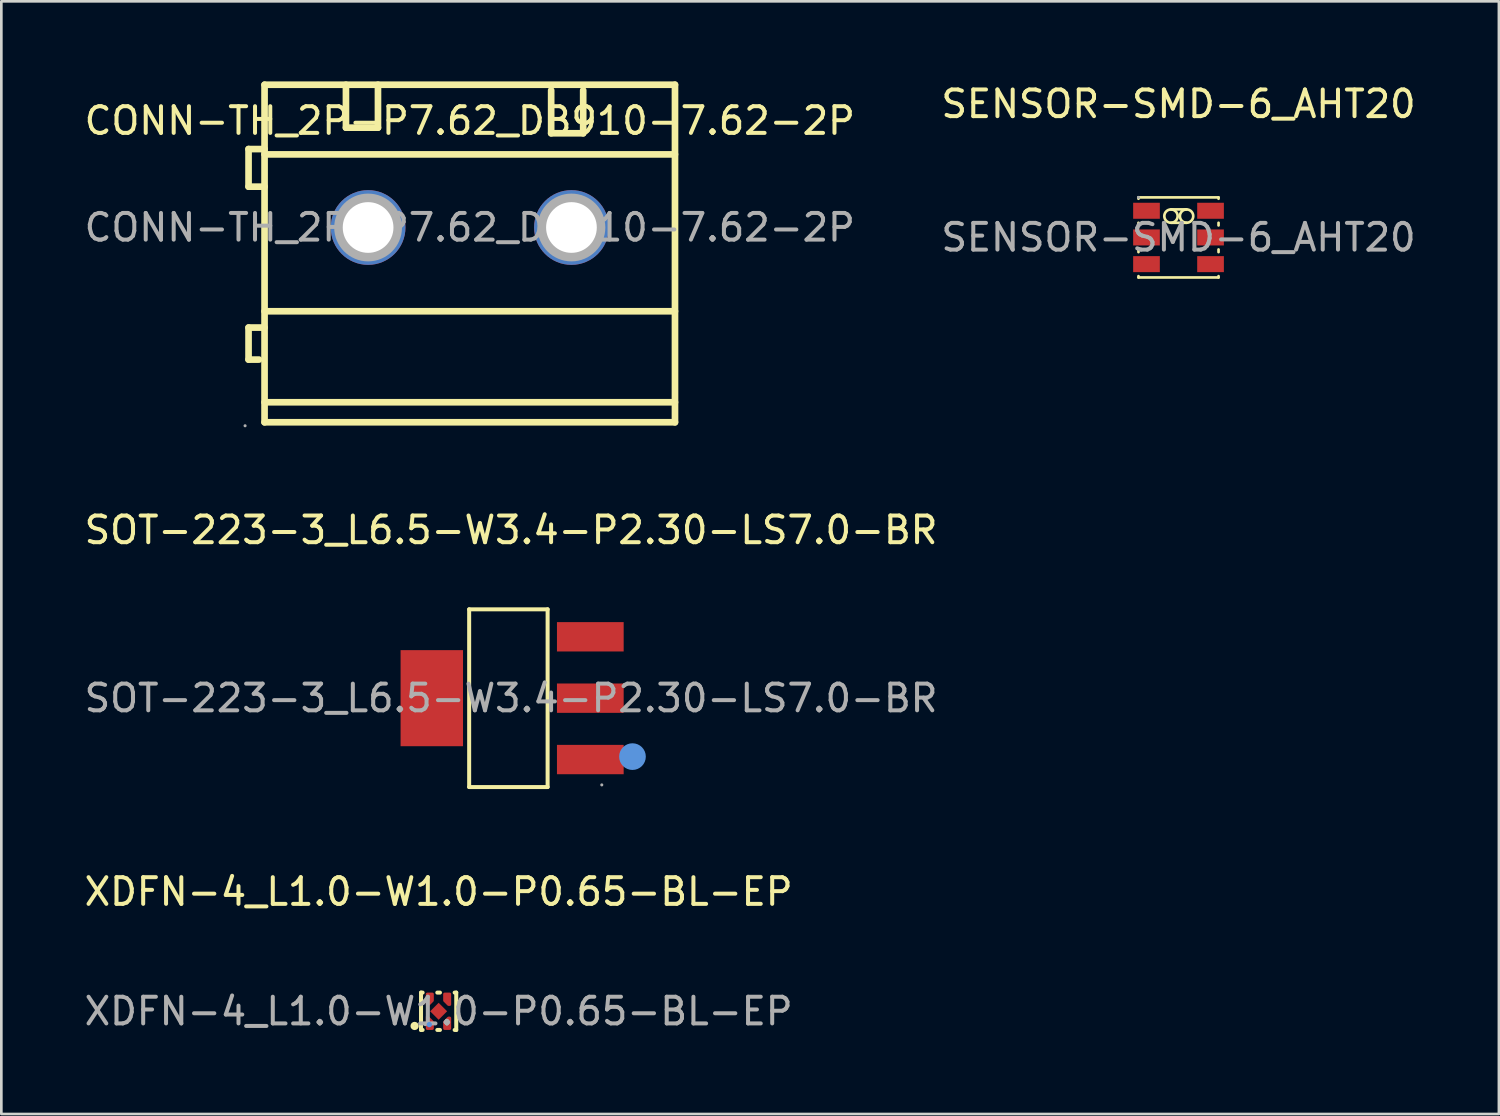
<source format=kicad_pcb>
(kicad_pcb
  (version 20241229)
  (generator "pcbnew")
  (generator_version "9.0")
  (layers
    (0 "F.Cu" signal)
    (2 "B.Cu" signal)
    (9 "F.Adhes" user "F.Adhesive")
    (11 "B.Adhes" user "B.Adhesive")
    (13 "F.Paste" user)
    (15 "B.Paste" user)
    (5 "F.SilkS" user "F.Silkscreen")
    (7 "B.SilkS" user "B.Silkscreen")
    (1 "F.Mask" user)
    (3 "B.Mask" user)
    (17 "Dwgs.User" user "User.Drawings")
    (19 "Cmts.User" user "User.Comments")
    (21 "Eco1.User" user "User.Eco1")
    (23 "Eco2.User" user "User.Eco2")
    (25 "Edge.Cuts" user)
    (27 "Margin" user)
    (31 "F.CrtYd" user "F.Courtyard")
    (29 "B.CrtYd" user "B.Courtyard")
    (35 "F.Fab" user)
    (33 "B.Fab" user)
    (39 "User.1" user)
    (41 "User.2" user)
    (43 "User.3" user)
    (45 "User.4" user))
  (footprint "XDFN-4_L1.0-W1.0-P0.65-BL-EP"
    (layer "F.Cu")
    (at 13.387 34.846)
    (property "Reference" "XDFN-4_L1.0-W1.0-P0.65-BL-EP" (at 0 -4.48 0) (layer "F.SilkS") (effects (font (size 1 1) (thickness 0.15))))
    (attr smd)
    (fp_line (start -0.66 -0.7) (end -0.66 0.7) (stroke (width 0.15) (type solid)) (layer "F.SilkS"))
    (fp_line (start -0.66 -0.7) (end -0.6 -0.7) (stroke (width 0.15) (type solid)) (layer "F.SilkS"))
    (fp_line (start -0.66 0.7) (end -0.6 0.7) (stroke (width 0.15) (type solid)) (layer "F.SilkS"))
    (fp_line (start -0.05 -0.7) (end 0.05 -0.7) (stroke (width 0.15) (type solid)) (layer "F.SilkS"))
    (fp_line (start -0.05 0.7) (end 0.05 0.7) (stroke (width 0.15) (type solid)) (layer "F.SilkS"))
    (fp_line (start 0.6 -0.7) (end 0.66 -0.7) (stroke (width 0.15) (type solid)) (layer "F.SilkS"))
    (fp_line (start 0.6 0.7) (end 0.66 0.7) (stroke (width 0.15) (type solid)) (layer "F.SilkS"))
    (fp_line (start 0.66 -0.7) (end 0.66 0.7) (stroke (width 0.15) (type solid)) (layer "F.SilkS"))
    (fp_circle (center -0.9 0.55) (end -0.82 0.55) (stroke (width 0.15) (type solid)) (fill no) (layer "F.SilkS"))
    (fp_circle (center -0.35 0.5) (end -0.3 0.5) (stroke (width 0.1) (type solid)) (fill no) (layer "Cmts.User"))
    (fp_circle (center -0.5 0.5) (end -0.47 0.5) (stroke (width 0.06) (type solid)) (fill no) (layer "F.Fab"))
    (fp_text user "${REFERENCE}" (at 0 0 0) (layer "F.Fab") (effects (font (size 1 1) (thickness 0.15))))
    (pad "1" smd custom (at -0.33 0.48) (size 0.01 0.01) (layers "F.Cu" "F.Mask" "F.Paste") (options (anchor circle)) (primitives (gr_poly (pts (xy 0.1 -0.08) (xy 0.1 0.17) (xy -0.1 0.17) (xy -0.1 -0.28) (xy -0.05 -0.23) (xy 0.1 -0.08)) (width 0.1) (fill yes))))
    (pad "2" smd custom (at 0.33 0.48) (size 0.01 0.01) (layers "F.Cu" "F.Mask" "F.Paste") (options (anchor circle)) (primitives (gr_poly (pts (xy 0.09 0.17) (xy -0.11 0.17) (xy -0.11 -0.08) (xy 0.04 -0.23) (xy 0.09 -0.23)) (width 0.1) (fill yes))))
    (pad "3" smd custom (at 0.33 -0.47) (size 0.01 0.01) (layers "F.Cu" "F.Mask" "F.Paste") (options (anchor circle)) (primitives (gr_poly (pts (xy 0.09 -0.18) (xy -0.11 -0.18) (xy -0.11 0.07) (xy 0.04 0.22) (xy 0.09 0.22)) (width 0.1) (fill yes))))
    (pad "4" smd custom (at -0.33 -0.48) (size 0.01 0.01) (layers "F.Cu" "F.Mask" "F.Paste") (options (anchor circle)) (primitives (gr_poly (pts (xy -0.1 -0.17) (xy 0.1 -0.17) (xy 0.1 0.08) (xy -0.05 0.23) (xy -0.1 0.23)) (width 0.1) (fill yes))))
    (pad "5" smd rect (at 0 0 45) (size 0.45 0.45) (layers "F.Cu" "F.Mask" "F.Paste")))
  (footprint "SENSOR-SMD-6_AHT20"
    (layer "F.Cu")
    (at 41.113 5.848)
    (property "Reference" "SENSOR-SMD-6_AHT20" (at 0 -5 0) (layer "F.SilkS") (effects (font (size 1 1) (thickness 0.15))))
    (attr smd)
    (fp_line (start -1.5 -1.5) (end 1.5 -1.5) (stroke (width 0.1) (type solid)) (layer "F.SilkS"))
    (fp_line (start -1.5 -1.45) (end -1.5 -1.5) (stroke (width 0.1) (type solid)) (layer "F.SilkS"))
    (fp_line (start -1.5 -0.45) (end -1.5 -0.55) (stroke (width 0.1) (type solid)) (layer "F.SilkS"))
    (fp_line (start -1.5 0.55) (end -1.5 0.45) (stroke (width 0.1) (type solid)) (layer "F.SilkS"))
    (fp_line (start -1.5 1.5) (end -1.5 1.45) (stroke (width 0.1) (type solid)) (layer "F.SilkS"))
    (fp_line (start -0.28 -1.05) (end 0.3 -1.05) (stroke (width 0.1) (type solid)) (layer "F.SilkS"))
    (fp_line (start -0.28 -0.55) (end 0.3 -0.55) (stroke (width 0.1) (type solid)) (layer "F.SilkS"))
    (fp_line (start 1.5 -1.5) (end 1.5 -1.45) (stroke (width 0.1) (type solid)) (layer "F.SilkS"))
    (fp_line (start 1.5 -0.55) (end 1.5 -0.45) (stroke (width 0.1) (type solid)) (layer "F.SilkS"))
    (fp_line (start 1.5 0.45) (end 1.5 0.55) (stroke (width 0.1) (type solid)) (layer "F.SilkS"))
    (fp_line (start 1.5 1.45) (end 1.5 1.5) (stroke (width 0.1) (type solid)) (layer "F.SilkS"))
    (fp_line (start 1.5 1.5) (end -1.5 1.5) (stroke (width 0.1) (type solid)) (layer "F.SilkS"))
    (fp_arc (start -0.284363 -0.550038) (mid -0.277818 -1.049991) (end -0.28 -0.55) (stroke (width 0.1) (type solid)) (layer "F.SilkS"))
    (fp_arc (start 0.304363 -1.049962) (mid 0.297818 -0.550009) (end 0.3 -1.05) (stroke (width 0.1) (type solid)) (layer "F.SilkS"))
    (fp_circle (center -1.5 -1.5) (end -1.47 -1.5) (stroke (width 0.06) (type solid)) (fill no) (layer "F.Fab"))
    (fp_text user "${REFERENCE}" (at 0 0 0) (layer "F.Fab") (effects (font (size 1 1) (thickness 0.15))))
    (pad "1" smd rect (at -1.2 -1) (size 1 0.6) (layers "F.Cu" "F.Mask" "F.Paste"))
    (pad "2" smd rect (at -1.2 0) (size 1 0.6) (layers "F.Cu" "F.Mask" "F.Paste"))
    (pad "3" smd rect (at -1.2 1) (size 1 0.6) (layers "F.Cu" "F.Mask" "F.Paste"))
    (pad "4" smd rect (at 1.2 1) (size 1 0.6) (layers "F.Cu" "F.Mask" "F.Paste"))
    (pad "5" smd rect (at 1.2 0) (size 1 0.6) (layers "F.Cu" "F.Mask" "F.Paste"))
    (pad "6" smd rect (at 1.2 -1) (size 1 0.6) (layers "F.Cu" "F.Mask" "F.Paste")))
  (footprint "CONN-TH_2P-P7.62_DB910-7.62-2P"
    (layer "F.Cu")
    (at 14.554 5.475)
    (property "Reference" "CONN-TH_2P-P7.62_DB910-7.62-2P" (at 0 -4 0) (layer "F.SilkS") (effects (font (size 1 1) (thickness 0.15))))
    (attr through_hole)
    (fp_line (start -8.29 -2.94) (end -8.29 -1.53) (stroke (width 0.25) (type solid)) (layer "F.SilkS"))
    (fp_line (start -8.29 -2.94) (end -7.69 -2.94) (stroke (width 0.25) (type solid)) (layer "F.SilkS"))
    (fp_line (start -8.29 -1.53) (end -7.69 -1.53) (stroke (width 0.25) (type solid)) (layer "F.SilkS"))
    (fp_line (start -8.29 3.75) (end -8.29 4.95) (stroke (width 0.25) (type solid)) (layer "F.SilkS"))
    (fp_line (start -8.29 3.75) (end -7.69 3.75) (stroke (width 0.25) (type solid)) (layer "F.SilkS"))
    (fp_line (start -8.29 4.95) (end -7.9 4.95) (stroke (width 0.25) (type solid)) (layer "F.SilkS"))
    (fp_line (start -7.69 -5.35) (end -7.69 7.3) (stroke (width 0.25) (type solid)) (layer "F.SilkS"))
    (fp_line (start -7.69 -5.35) (end 7.69 -5.35) (stroke (width 0.25) (type solid)) (layer "F.SilkS"))
    (fp_line (start -7.69 -2.74) (end 7.69 -2.74) (stroke (width 0.25) (type solid)) (layer "F.SilkS"))
    (fp_line (start -7.69 3.14) (end 7.69 3.14) (stroke (width 0.25) (type solid)) (layer "F.SilkS"))
    (fp_line (start -7.69 6.55) (end 7.69 6.55) (stroke (width 0.25) (type solid)) (layer "F.SilkS"))
    (fp_line (start -7.69 7.3) (end 7.69 7.3) (stroke (width 0.25) (type solid)) (layer "F.SilkS"))
    (fp_line (start -4.64 -5.35) (end -4.64 -3.74) (stroke (width 0.25) (type solid)) (layer "F.SilkS"))
    (fp_line (start -4.64 -3.74) (end -3.44 -3.74) (stroke (width 0.25) (type solid)) (layer "F.SilkS"))
    (fp_line (start -3.44 -3.74) (end -3.44 -5.35) (stroke (width 0.25) (type solid)) (layer "F.SilkS"))
    (fp_line (start 3.05 -5.14) (end 3.05 -3.53) (stroke (width 0.25) (type solid)) (layer "F.SilkS"))
    (fp_line (start 3.05 -3.53) (end 4.25 -3.53) (stroke (width 0.25) (type solid)) (layer "F.SilkS"))
    (fp_line (start 4.25 -3.53) (end 4.25 -5.14) (stroke (width 0.25) (type solid)) (layer "F.SilkS"))
    (fp_line (start 7.69 -5.35) (end 7.69 7.3) (stroke (width 0.25) (type solid)) (layer "F.SilkS"))
    (fp_circle (center -8.42 7.43) (end -8.39 7.43) (stroke (width 0.06) (type solid)) (fill no) (layer "F.Fab"))
    (fp_circle (center -3.81 0) (end -3.39 0) (stroke (width 0.85) (type solid)) (fill no) (layer "F.Fab"))
    (fp_circle (center 3.81 0) (end 4.23 0) (stroke (width 0.85) (type solid)) (fill no) (layer "F.Fab"))
    (fp_text user "${REFERENCE}" (at 0 0 0) (layer "F.Fab") (effects (font (size 1 1) (thickness 0.15))))
    (pad "1" thru_hole circle (at -3.81 0) (size 2.8 2.8) (drill 1.9) (layers "*.Cu" "*.Mask"))
    (pad "2" thru_hole circle (at 3.81 0) (size 2.8 2.8) (drill 1.9) (layers "*.Cu" "*.Mask")))
  (footprint "SOT-223-3_L6.5-W3.4-P2.30-LS7.0-BR"
    (layer "F.Cu")
    (at 16.101 23.113)
    (property "Reference" "SOT-223-3_L6.5-W3.4-P2.30-LS7.0-BR" (at 0 -6.3 0) (layer "F.SilkS") (effects (font (size 1 1) (thickness 0.15))))
    (attr smd)
    (fp_line (start -1.57 -3.33) (end 1.37 -3.33) (stroke (width 0.15) (type solid)) (layer "F.SilkS"))
    (fp_line (start -1.57 3.33) (end -1.57 -3.33) (stroke (width 0.15) (type solid)) (layer "F.SilkS"))
    (fp_line (start 1.37 -3.33) (end 1.37 3.33) (stroke (width 0.15) (type solid)) (layer "F.SilkS"))
    (fp_line (start 1.37 3.33) (end -1.57 3.33) (stroke (width 0.15) (type solid)) (layer "F.SilkS"))
    (fp_circle (center 4.55 2.19) (end 4.8 2.19) (stroke (width 0.5) (type solid)) (fill no) (layer "Cmts.User"))
    (fp_circle (center 3.4 3.25) (end 3.43 3.25) (stroke (width 0.06) (type solid)) (fill no) (layer "F.Fab"))
    (fp_text user "${REFERENCE}" (at 0 0 0) (layer "F.Fab") (effects (font (size 1 1) (thickness 0.15))))
    (pad "1" smd rect (at 2.97 2.3) (size 2.5 1.1) (layers "F.Cu" "F.Mask" "F.Paste"))
    (pad "2" smd rect (at 2.97 0) (size 2.5 1.1) (layers "F.Cu" "F.Mask" "F.Paste"))
    (pad "3" smd rect (at 2.97 -2.3) (size 2.5 1.1) (layers "F.Cu" "F.Mask" "F.Paste"))
    (pad "4" smd rect (at -2.97 0) (size 2.34 3.6) (layers "F.Cu" "F.Mask" "F.Paste")))
  (gr_rect
    (start -3 -3)
    (end 53.119 38.695)
    (stroke (width 0.1) (type default))
    (fill no)
    (layer "Edge.Cuts")))
</source>
